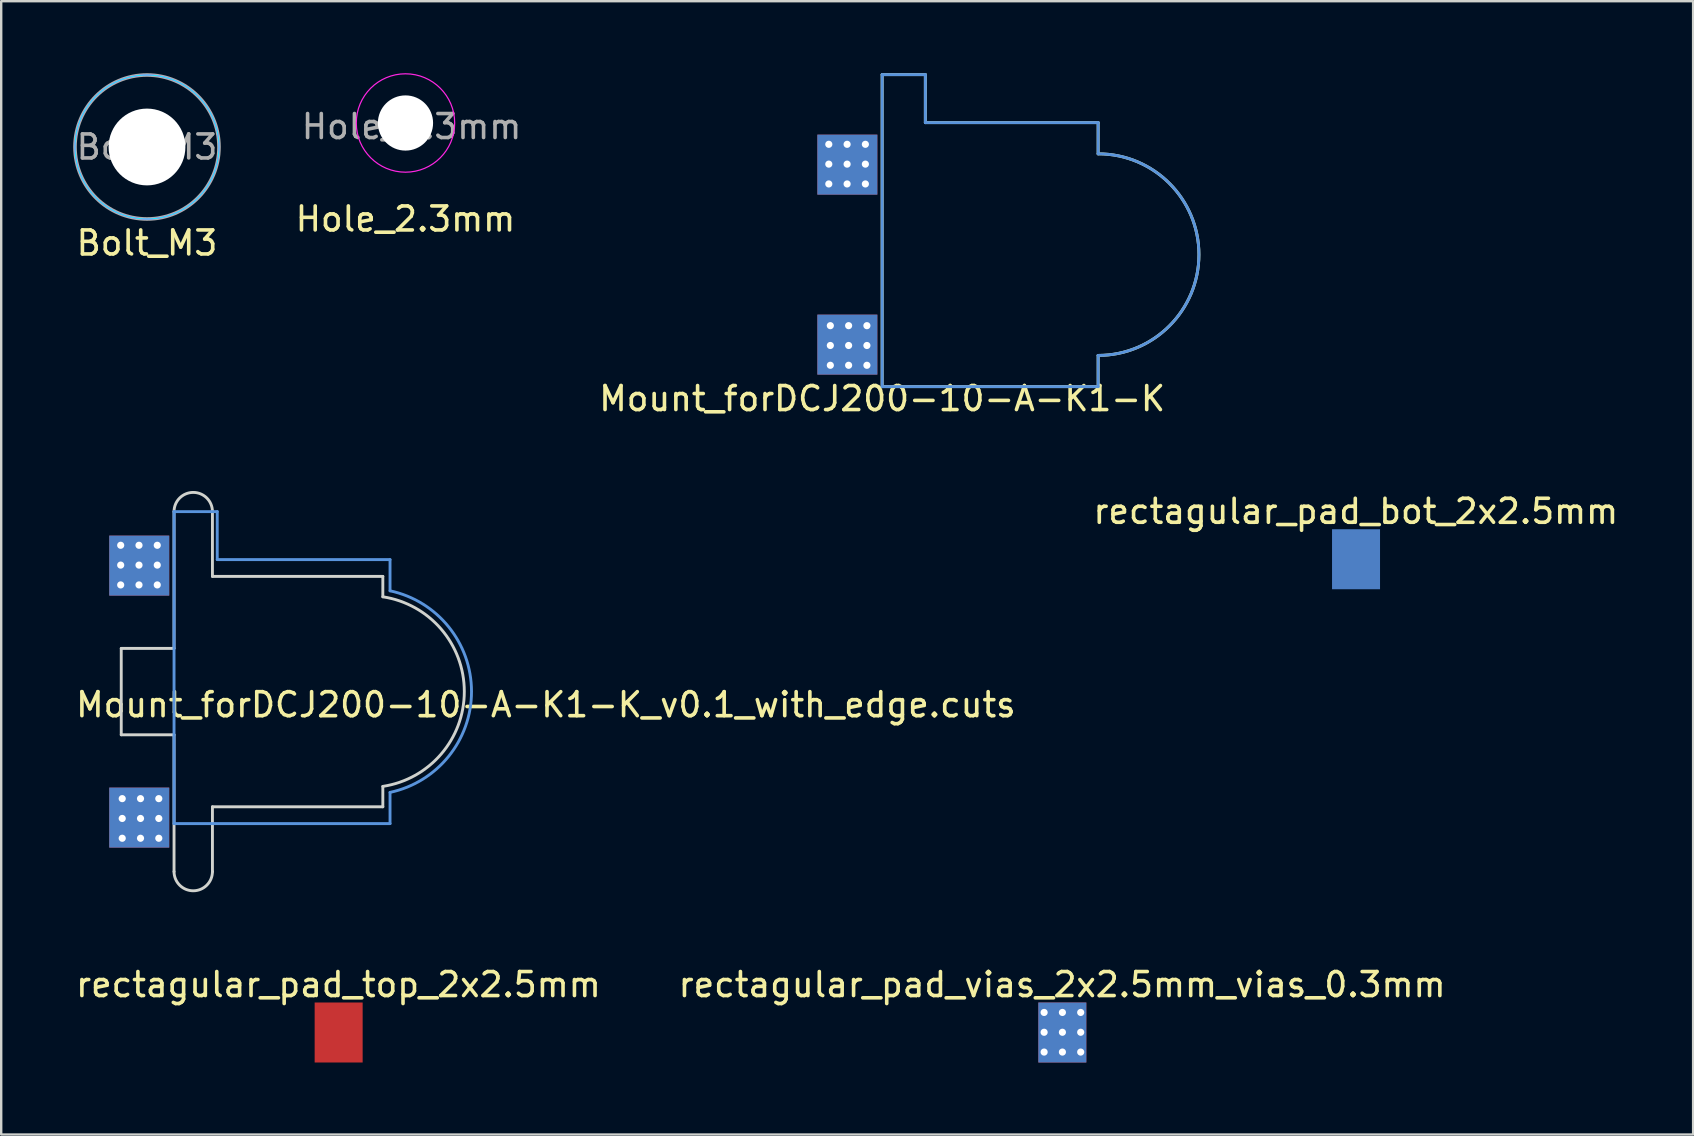
<source format=kicad_pcb>
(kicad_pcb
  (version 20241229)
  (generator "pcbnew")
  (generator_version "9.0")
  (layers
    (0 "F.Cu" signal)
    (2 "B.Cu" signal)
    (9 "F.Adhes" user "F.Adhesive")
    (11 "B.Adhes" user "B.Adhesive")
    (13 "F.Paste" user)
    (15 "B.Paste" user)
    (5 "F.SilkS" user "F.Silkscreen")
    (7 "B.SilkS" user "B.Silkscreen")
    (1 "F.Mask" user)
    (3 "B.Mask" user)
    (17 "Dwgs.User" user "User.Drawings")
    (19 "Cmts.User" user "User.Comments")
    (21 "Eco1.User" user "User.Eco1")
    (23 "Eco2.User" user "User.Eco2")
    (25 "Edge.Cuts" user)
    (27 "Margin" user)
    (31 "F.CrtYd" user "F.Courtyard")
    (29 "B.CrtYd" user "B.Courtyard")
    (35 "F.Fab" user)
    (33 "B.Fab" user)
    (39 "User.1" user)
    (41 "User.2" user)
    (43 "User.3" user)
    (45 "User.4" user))
  (footprint "rectagular_pad_bot_2x2.5mm"
    (layer "F.Cu")
    (at 53.454 20.253)
    (property "Reference" "rectagular_pad_bot_2x2.5mm" (at -0.008 -1.996 0) (layer "F.SilkS") (effects (font (size 1 1) (thickness 0.15))))
    (attr through_hole)
    (pad "1" smd rect (at 0 0) (size 2 2.5) (layers "B.Cu" "B.Mask" "B.Paste")))
  (footprint "Mount_forDCJ200-10-A-K1-K"
    (layer "F.Cu")
    (at 33.708 13.06)
    (property "Reference" "Mount_forDCJ200-10-A-K1-K" (at 0 0.5 0) (layer "F.SilkS") (effects (font (size 1 1) (thickness 0.15))))
    (attr through_hole)
    (fp_line (start 0 -13) (end 1.8 -13) (stroke (width 0.12) (type solid)) (layer "F.SilkS"))
    (fp_line (start 0 0) (end 0 -13) (stroke (width 0.12) (type solid)) (layer "F.SilkS"))
    (fp_line (start 0 0) (end 9 0) (stroke (width 0.12) (type solid)) (layer "F.SilkS"))
    (fp_line (start 1.8 -13) (end 1.8 -11) (stroke (width 0.12) (type solid)) (layer "F.SilkS"))
    (fp_line (start 1.8 -11) (end 9 -11) (stroke (width 0.12) (type solid)) (layer "F.SilkS"))
    (fp_line (start 9 -11) (end 9 -9.7) (stroke (width 0.12) (type solid)) (layer "F.SilkS"))
    (fp_line (start 9 -1.3) (end 9 0) (stroke (width 0.12) (type solid)) (layer "F.SilkS"))
    (fp_arc (start 9 -9.7) (mid 13.2 -5.5) (end 9 -1.3) (stroke (width 0.12) (type solid)) (layer "F.SilkS"))
    (fp_line (start 0 -13) (end 1.8 -13) (stroke (width 0.12) (type solid)) (layer "Cmts.User"))
    (fp_line (start 0 0) (end 0 -13) (stroke (width 0.12) (type solid)) (layer "Cmts.User"))
    (fp_line (start 0 0) (end 9 0) (stroke (width 0.12) (type solid)) (layer "Cmts.User"))
    (fp_line (start 1.8 -13) (end 1.8 -11) (stroke (width 0.12) (type solid)) (layer "Cmts.User"))
    (fp_line (start 1.8 -11) (end 9 -11) (stroke (width 0.12) (type solid)) (layer "Cmts.User"))
    (fp_line (start 9 -11) (end 9 -9.7) (stroke (width 0.12) (type solid)) (layer "Cmts.User"))
    (fp_line (start 9 -1.3) (end 9 0) (stroke (width 0.12) (type solid)) (layer "Cmts.User"))
    (fp_arc (start 9 -9.7) (mid 13.2 -5.5) (end 9 -1.3) (stroke (width 0.12) (type solid)) (layer "Cmts.User"))
    (pad "1" thru_hole circle (at -2.159 -2.54) (size 0.4 0.4) (drill 0.3) (layers "*.Cu" "*.Mask"))
    (pad "1" thru_hole circle (at -2.159 -1.714) (size 0.4 0.4) (drill 0.3) (layers "*.Cu" "*.Mask"))
    (pad "1" thru_hole circle (at -2.159 -0.889) (size 0.4 0.4) (drill 0.3) (layers "*.Cu" "*.Mask"))
    (pad "1" smd rect (at -1.45 -1.75) (size 2.5 2.5) (layers "F.Cu" "F.Mask" "F.Paste"))
    (pad "1" smd rect (at -1.45 -1.75) (size 2.5 2.5) (layers "B.Cu" "B.Mask" "B.Paste"))
    (pad "1" thru_hole circle (at -1.397 -2.54) (size 0.4 0.4) (drill 0.3) (layers "*.Cu" "*.Mask"))
    (pad "1" thru_hole circle (at -1.397 -1.714) (size 0.4 0.4) (drill 0.3) (layers "*.Cu" "*.Mask"))
    (pad "1" thru_hole circle (at -1.397 -0.889) (size 0.4 0.4) (drill 0.3) (layers "*.Cu" "*.Mask"))
    (pad "1" thru_hole circle (at -0.635 -2.54) (size 0.4 0.4) (drill 0.3) (layers "*.Cu" "*.Mask"))
    (pad "1" thru_hole circle (at -0.635 -1.714) (size 0.4 0.4) (drill 0.3) (layers "*.Cu" "*.Mask"))
    (pad "1" thru_hole circle (at -0.635 -0.889) (size 0.4 0.4) (drill 0.3) (layers "*.Cu" "*.Mask"))
    (pad "2" thru_hole circle (at -2.223 -10.097) (size 0.4 0.4) (drill 0.3) (layers "*.Cu" "*.Mask"))
    (pad "2" thru_hole circle (at -2.223 -9.271) (size 0.4 0.4) (drill 0.3) (layers "*.Cu" "*.Mask"))
    (pad "2" thru_hole circle (at -2.223 -8.445) (size 0.4 0.4) (drill 0.3) (layers "*.Cu" "*.Mask"))
    (pad "2" thru_hole circle (at -1.46 -10.097) (size 0.4 0.4) (drill 0.3) (layers "*.Cu" "*.Mask"))
    (pad "2" thru_hole circle (at -1.46 -9.271) (size 0.4 0.4) (drill 0.3) (layers "*.Cu" "*.Mask"))
    (pad "2" thru_hole circle (at -1.46 -8.445) (size 0.4 0.4) (drill 0.3) (layers "*.Cu" "*.Mask"))
    (pad "2" smd rect (at -1.45 -9.25) (size 2.5 2.5) (layers "F.Cu" "F.Mask" "F.Paste"))
    (pad "2" smd rect (at -1.45 -9.25) (size 2.5 2.5) (layers "B.Cu" "B.Mask" "B.Paste"))
    (pad "2" thru_hole circle (at -0.699 -10.097) (size 0.4 0.4) (drill 0.3) (layers "*.Cu" "*.Mask"))
    (pad "2" thru_hole circle (at -0.699 -9.271) (size 0.4 0.4) (drill 0.3) (layers "*.Cu" "*.Mask"))
    (pad "2" thru_hole circle (at -0.699 -8.445) (size 0.4 0.4) (drill 0.3) (layers "*.Cu" "*.Mask")))
  (footprint "Hole_2.3mm"
    (layer "F.Cu")
    (at 13.846 2.075)
    (property "Reference" "Hole_2.3mm" (at 0 4 0) (layer "F.SilkS") (effects (font (size 1 1) (thickness 0.15))))
    (attr exclude_from_pos_files exclude_from_bom)
    (fp_circle (center 0 0) (end 2.05 0) (stroke (width 0.05) (type solid)) (fill no) (layer "F.CrtYd"))
    (fp_text user "${REFERENCE}" (at 0.254 0.15 0) (layer "F.Fab") (effects (font (size 1 1) (thickness 0.15))))
    (pad "" np_thru_hole circle (at 0 0) (size 2.3 2.3) (drill 2.3) (layers "*.Cu" "*.Mask")))
  (footprint "rectagular_pad_vias_2x2.5mm_vias_0.3mm"
    (layer "F.Cu")
    (at 41.216 39.973)
    (property "Reference" "rectagular_pad_vias_2x2.5mm_vias_0.3mm" (at -0.008 -1.996 0) (layer "F.SilkS") (effects (font (size 1 1) (thickness 0.15))))
    (attr through_hole)
    (pad "1" thru_hole circle (at -0.759 -0.836) (size 0.4 0.4) (drill 0.3) (layers "*.Cu" "*.Mask"))
    (pad "1" thru_hole circle (at -0.759 -0.01) (size 0.4 0.4) (drill 0.3) (layers "*.Cu" "*.Mask"))
    (pad "1" thru_hole circle (at -0.759 0.815) (size 0.4 0.4) (drill 0.3) (layers "*.Cu" "*.Mask"))
    (pad "1" smd rect (at 0 0) (size 2 2.5) (layers "F.Cu" "F.Mask" "F.Paste"))
    (pad "1" smd rect (at 0 0) (size 2 2.5) (layers "B.Cu" "B.Mask" "B.Paste"))
    (pad "1" thru_hole circle (at 0.003 -0.836) (size 0.4 0.4) (drill 0.3) (layers "*.Cu" "*.Mask"))
    (pad "1" thru_hole circle (at 0.003 -0.01) (size 0.4 0.4) (drill 0.3) (layers "*.Cu" "*.Mask"))
    (pad "1" thru_hole circle (at 0.003 0.815) (size 0.4 0.4) (drill 0.3) (layers "*.Cu" "*.Mask"))
    (pad "1" thru_hole circle (at 0.765 -0.836) (size 0.4 0.4) (drill 0.3) (layers "*.Cu" "*.Mask"))
    (pad "1" thru_hole circle (at 0.765 -0.01) (size 0.4 0.4) (drill 0.3) (layers "*.Cu" "*.Mask"))
    (pad "1" thru_hole circle (at 0.765 0.815) (size 0.4 0.4) (drill 0.3) (layers "*.Cu" "*.Mask")))
  (footprint "Mount_forDCJ200-10-A-K1-K_v0.1_with_edge.cuts"
    (layer "F.Cu")
    (at 4.202 31.268)
    (property "Reference" "Mount_forDCJ200-10-A-K1-K_v0.1_with_edge.cuts" (at 15.494 -4.953 0) (layer "F.SilkS") (effects (font (size 1 1) (thickness 0.15))))
    (attr through_hole)
    (fp_line (start 0 -13) (end 1.8 -13) (stroke (width 0.12) (type solid)) (layer "Cmts.User"))
    (fp_line (start 0 0) (end 0 -13) (stroke (width 0.12) (type solid)) (layer "Cmts.User"))
    (fp_line (start 0 0) (end 9 0) (stroke (width 0.12) (type solid)) (layer "Cmts.User"))
    (fp_line (start 1.8 -13) (end 1.8 -11) (stroke (width 0.12) (type solid)) (layer "Cmts.User"))
    (fp_line (start 1.8 -11) (end 9 -11) (stroke (width 0.12) (type solid)) (layer "Cmts.User"))
    (fp_line (start 9 -11) (end 9 -9.7) (stroke (width 0.12) (type solid)) (layer "Cmts.User"))
    (fp_line (start 9 -1.3) (end 9 0) (stroke (width 0.12) (type solid)) (layer "Cmts.User"))
    (fp_arc (start 9 -9.7) (mid 12.395346 -5.500393) (end 9.000769 -1.300165) (stroke (width 0.12) (type solid)) (layer "Cmts.User"))
    (fp_line (start 0 2) (end 0 -13) (stroke (width 0.12) (type solid)) (layer "Eco1.User"))
    (fp_line (start 1.6 -13) (end 1.6 -10.3) (stroke (width 0.12) (type solid)) (layer "Eco1.User"))
    (fp_line (start 1.6 -10.3) (end 8.7 -10.3) (stroke (width 0.12) (type solid)) (layer "Eco1.User"))
    (fp_line (start 1.6 -0.7) (end 1.6 2) (stroke (width 0.12) (type solid)) (layer "Eco1.User"))
    (fp_line (start 1.6 -0.7) (end 8.7 -0.7) (stroke (width 0.12) (type solid)) (layer "Eco1.User"))
    (fp_line (start 8.7 -1.55) (end 8.7 -0.7) (stroke (width 0.12) (type solid)) (layer "Eco1.User"))
    (fp_line (start 8.7 -10.3) (end 8.7 -9.45) (stroke (width 0.12) (type solid)) (layer "Eco1.User"))
    (fp_arc (start 0 -13) (mid 0.8 -13.8) (end 1.6 -13) (stroke (width 0.12) (type solid)) (layer "Eco1.User"))
    (fp_arc (start 1.6 2) (mid 0.8 2.8) (end 0 2) (stroke (width 0.12) (type solid)) (layer "Eco1.User"))
    (fp_arc (start 8.7 -9.45) (mid 12.09531 -5.499942) (end 8.699885 -1.549983) (stroke (width 0.12) (type solid)) (layer "Eco1.User"))
    (fp_line (start -2.2 -7.3) (end 0 -7.3) (stroke (width 0.12) (type solid)) (layer "Edge.Cuts"))
    (fp_line (start -2.2 -3.7) (end -2.2 -7.3) (stroke (width 0.12) (type solid)) (layer "Edge.Cuts"))
    (fp_line (start 0 -7.3) (end 0 -13) (stroke (width 0.12) (type solid)) (layer "Edge.Cuts"))
    (fp_line (start 0 -3.7) (end -2.2 -3.7) (stroke (width 0.12) (type solid)) (layer "Edge.Cuts"))
    (fp_line (start 0 2) (end 0 -3.7) (stroke (width 0.12) (type solid)) (layer "Edge.Cuts"))
    (fp_line (start 1.6 -13) (end 1.6 -10.3) (stroke (width 0.12) (type solid)) (layer "Edge.Cuts"))
    (fp_line (start 1.6 -10.3) (end 8.7 -10.3) (stroke (width 0.12) (type solid)) (layer "Edge.Cuts"))
    (fp_line (start 1.6 -0.7) (end 1.6 2) (stroke (width 0.12) (type solid)) (layer "Edge.Cuts"))
    (fp_line (start 1.6 -0.7) (end 8.7 -0.7) (stroke (width 0.12) (type solid)) (layer "Edge.Cuts"))
    (fp_line (start 8.7 -1.55) (end 8.7 -0.7) (stroke (width 0.12) (type solid)) (layer "Edge.Cuts"))
    (fp_line (start 8.7 -10.3) (end 8.7 -9.45) (stroke (width 0.12) (type solid)) (layer "Edge.Cuts"))
    (fp_arc (start 0 -13) (mid 0.8 -13.8) (end 1.6 -13) (stroke (width 0.12) (type solid)) (layer "Edge.Cuts"))
    (fp_arc (start 1.6 2) (mid 0.8 2.8) (end 0 2) (stroke (width 0.12) (type solid)) (layer "Edge.Cuts"))
    (fp_arc (start 8.7 -9.45) (mid 12.09531 -5.499942) (end 8.699885 -1.549983) (stroke (width 0.12) (type solid)) (layer "Edge.Cuts"))
    (fp_text user "REF**" (at 15.494 -4.953 0) (layer "Eco1.User") (effects (font (size 1 1) (thickness 0.15))))
    (pad "1" thru_hole circle (at -2.159 -1.04) (size 0.4 0.4) (drill 0.3) (layers "*.Cu" "*.Mask"))
    (pad "1" thru_hole circle (at -2.159 -0.214) (size 0.4 0.4) (drill 0.3) (layers "*.Cu" "*.Mask"))
    (pad "1" thru_hole circle (at -2.159 0.611) (size 0.4 0.4) (drill 0.3) (layers "*.Cu" "*.Mask"))
    (pad "1" smd rect (at -1.45 -0.25) (size 2.5 2.5) (layers "F.Cu" "F.Mask" "F.Paste"))
    (pad "1" smd rect (at -1.45 -0.25) (size 2.5 2.5) (layers "B.Cu" "B.Mask" "B.Paste"))
    (pad "1" thru_hole circle (at -1.397 -1.04) (size 0.4 0.4) (drill 0.3) (layers "*.Cu" "*.Mask"))
    (pad "1" thru_hole circle (at -1.397 -0.214) (size 0.4 0.4) (drill 0.3) (layers "*.Cu" "*.Mask"))
    (pad "1" thru_hole circle (at -1.397 0.611) (size 0.4 0.4) (drill 0.3) (layers "*.Cu" "*.Mask"))
    (pad "1" thru_hole circle (at -0.635 -1.04) (size 0.4 0.4) (drill 0.3) (layers "*.Cu" "*.Mask"))
    (pad "1" thru_hole circle (at -0.635 -0.214) (size 0.4 0.4) (drill 0.3) (layers "*.Cu" "*.Mask"))
    (pad "1" thru_hole circle (at -0.635 0.611) (size 0.4 0.4) (drill 0.3) (layers "*.Cu" "*.Mask"))
    (pad "2" thru_hole circle (at -2.223 -11.597) (size 0.4 0.4) (drill 0.3) (layers "*.Cu" "*.Mask"))
    (pad "2" thru_hole circle (at -2.223 -10.771) (size 0.4 0.4) (drill 0.3) (layers "*.Cu" "*.Mask"))
    (pad "2" thru_hole circle (at -2.223 -9.945) (size 0.4 0.4) (drill 0.3) (layers "*.Cu" "*.Mask"))
    (pad "2" thru_hole circle (at -1.46 -11.597) (size 0.4 0.4) (drill 0.3) (layers "*.Cu" "*.Mask"))
    (pad "2" thru_hole circle (at -1.46 -10.771) (size 0.4 0.4) (drill 0.3) (layers "*.Cu" "*.Mask"))
    (pad "2" thru_hole circle (at -1.46 -9.945) (size 0.4 0.4) (drill 0.3) (layers "*.Cu" "*.Mask"))
    (pad "2" smd rect (at -1.45 -10.75) (size 2.5 2.5) (layers "F.Cu" "F.Mask" "F.Paste"))
    (pad "2" smd rect (at -1.45 -10.75) (size 2.5 2.5) (layers "B.Cu" "B.Mask" "B.Paste"))
    (pad "2" thru_hole circle (at -0.699 -11.597) (size 0.4 0.4) (drill 0.3) (layers "*.Cu" "*.Mask"))
    (pad "2" thru_hole circle (at -0.699 -10.771) (size 0.4 0.4) (drill 0.3) (layers "*.Cu" "*.Mask"))
    (pad "2" thru_hole circle (at -0.699 -9.945) (size 0.4 0.4) (drill 0.3) (layers "*.Cu" "*.Mask")))
  (footprint "rectagular_pad_top_2x2.5mm"
    (layer "F.Cu")
    (at 11.061 39.973)
    (property "Reference" "rectagular_pad_top_2x2.5mm" (at -0.008 -1.996 0) (layer "F.SilkS") (effects (font (size 1 1) (thickness 0.15))))
    (attr through_hole)
    (pad "1" smd rect (at 0 0) (size 2 2.5) (layers "F.Cu" "F.Mask" "F.Paste")))
  (footprint "Bolt_M3"
    (layer "F.Cu")
    (at 3.075 3.075)
    (property "Reference" "Bolt_M3" (at 0 4 0) (layer "F.SilkS") (effects (font (size 1 1) (thickness 0.15))))
    (attr exclude_from_pos_files exclude_from_bom)
    (fp_circle (center 0 0) (end 3 0) (stroke (width 0.05) (type solid)) (fill no) (layer "B.CrtYd"))
    (fp_circle (center 0 0) (end 3 0) (stroke (width 0.05) (type solid)) (fill no) (layer "F.CrtYd"))
    (fp_circle (center 0 0) (end 3 0) (stroke (width 0.15) (type solid)) (fill no) (layer "F.Fab"))
    (fp_text user "${REFERENCE}" (at 0 0 0) (layer "F.Fab") (effects (font (size 1 1) (thickness 0.15))))
    (pad "" np_thru_hole circle (at 0 0) (size 3.2 3.2) (drill 3.2) (layers "*.Cu" "*.Mask")))
  (gr_rect
    (start -3 -3)
    (end 67.5 44.223)
    (stroke (width 0.1) (type default))
    (fill no)
    (layer "Edge.Cuts")))
</source>
